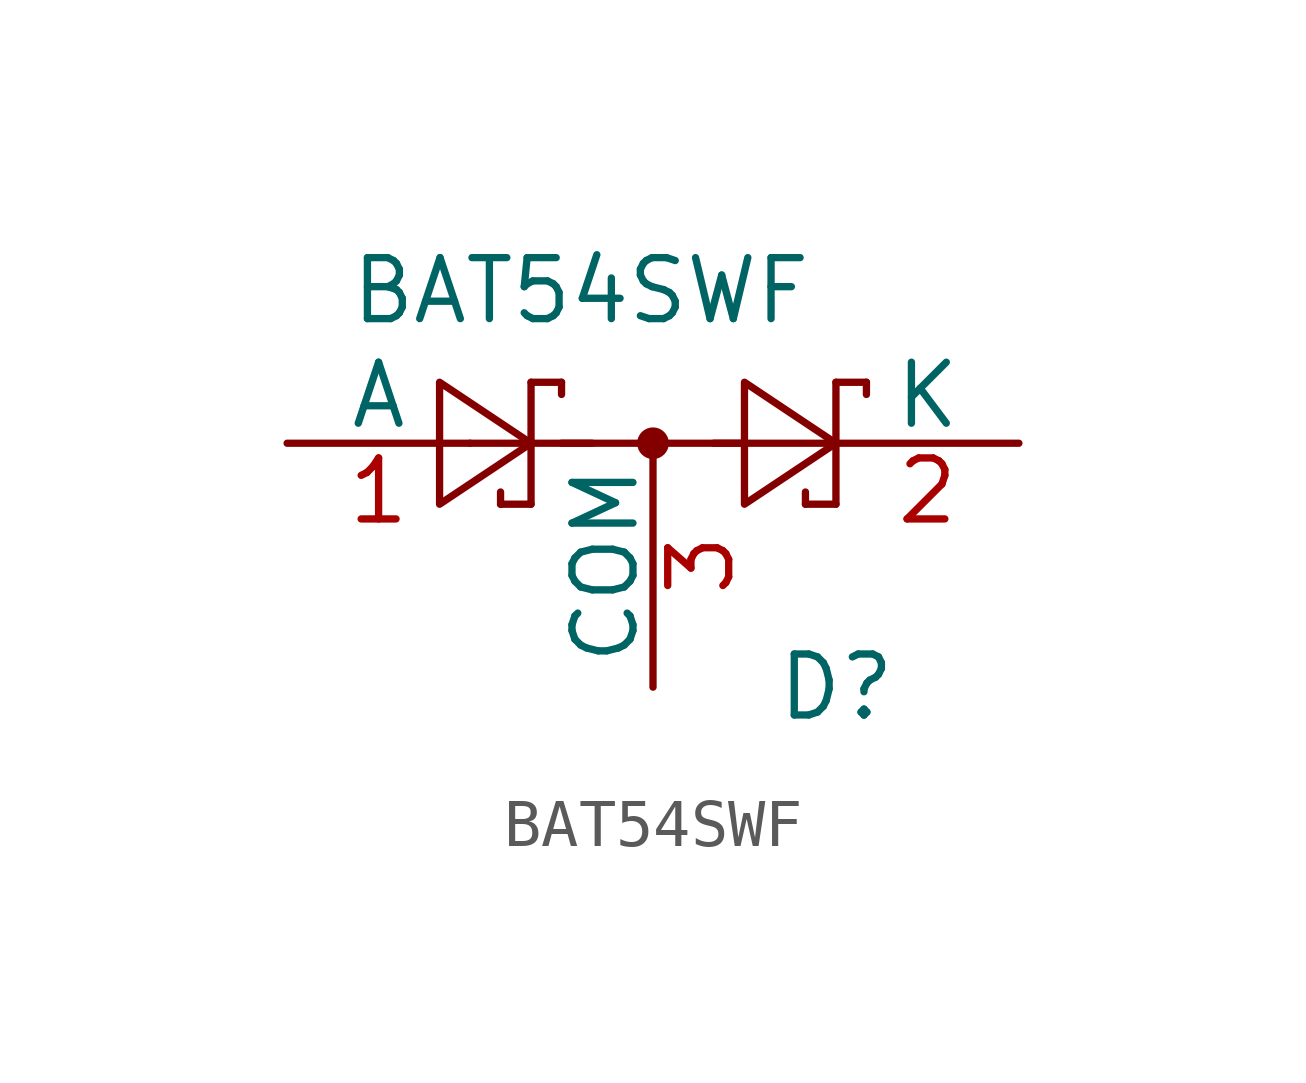
<source format=kicad_sym>
(kicad_symbol_lib
  (version 20241209)
  (generator "kicad_symbol_editor")
  (generator_version "9.0")
  (symbol "BAT54SWF"
    (pin_names
      (offset 0))
    (property "Reference" "D"
      (at 2.54 -5.08 0)
      (effects (font (size 1.27 1.27)) (justify left)))
    (property "Value" "BAT54SWF"
      (at -6.35 3.175 0)
      (effects (font (size 1.27 1.27)) (justify left)))
    (symbol "BAT54SWF_0_1"
      (polyline (pts (xy -4.445 1.27) (xy -4.445 -1.27) (xy -2.54 0) (xy -4.445 1.27)) (stroke (width 0) (type default)) (fill (type none)))
      (polyline (pts (xy -3.81 0) (xy -1.27 0)) (stroke (width 0) (type default)) (fill (type none)))
      (polyline (pts (xy -3.175 -1.27) (xy -3.175 -1.016)) (stroke (width 0) (type default)) (fill (type none)))
      (polyline (pts (xy -2.54 1.27) (xy -1.905 1.27)) (stroke (width 0) (type default)) (fill (type none)))
      (polyline (pts (xy -2.54 -1.27) (xy -3.175 -1.27)) (stroke (width 0) (type default)) (fill (type none)))
      (polyline (pts (xy -2.54 -1.27) (xy -2.54 1.27)) (stroke (width 0) (type default)) (fill (type none)))
      (polyline (pts (xy -1.905 1.27) (xy -1.905 1.016)) (stroke (width 0) (type default)) (fill (type none)))
      (polyline (pts (xy -1.905 0) (xy 1.905 0)) (stroke (width 0) (type default)) (fill (type none)))
      (circle (center 0 0) (radius 0.254) (stroke (width 0) (type default)) (fill (type outline)))
      (polyline (pts (xy 1.27 0) (xy 3.81 0)) (stroke (width 0) (type default)) (fill (type none)))
      (polyline (pts (xy 1.905 1.27) (xy 1.905 -1.27) (xy 3.81 0) (xy 1.905 1.27)) (stroke (width 0) (type default)) (fill (type none)))
      (polyline (pts (xy 3.175 -1.27) (xy 3.175 -1.016)) (stroke (width 0) (type default)) (fill (type none)))
      (polyline (pts (xy 3.81 1.27) (xy 4.445 1.27)) (stroke (width 0) (type default)) (fill (type none)))
      (polyline (pts (xy 3.81 -1.27) (xy 3.175 -1.27)) (stroke (width 0) (type default)) (fill (type none)))
      (polyline (pts (xy 3.81 -1.27) (xy 3.81 1.27)) (stroke (width 0) (type default)) (fill (type none)))
      (polyline (pts (xy 4.445 1.27) (xy 4.445 1.016)) (stroke (width 0) (type default)) (fill (type none))))
    (symbol "BAT54SWF_1_1"
      (pin passive line (at -7.62 0 0) (length 3.81) (name "A" (effects (font (size 1.27 1.27)))) (number "1" (effects (font (size 1.27 1.27)))))
      (pin passive line (at 0 -5.08 90) (length 5.08) (name "COM" (effects (font (size 1.27 1.27)))) (number "3" (effects (font (size 1.27 1.27)))))
      (pin passive line (at 7.62 0 180) (length 3.81) (name "K" (effects (font (size 1.27 1.27)))) (number "2" (effects (font (size 1.27 1.27))))))))
</source>
